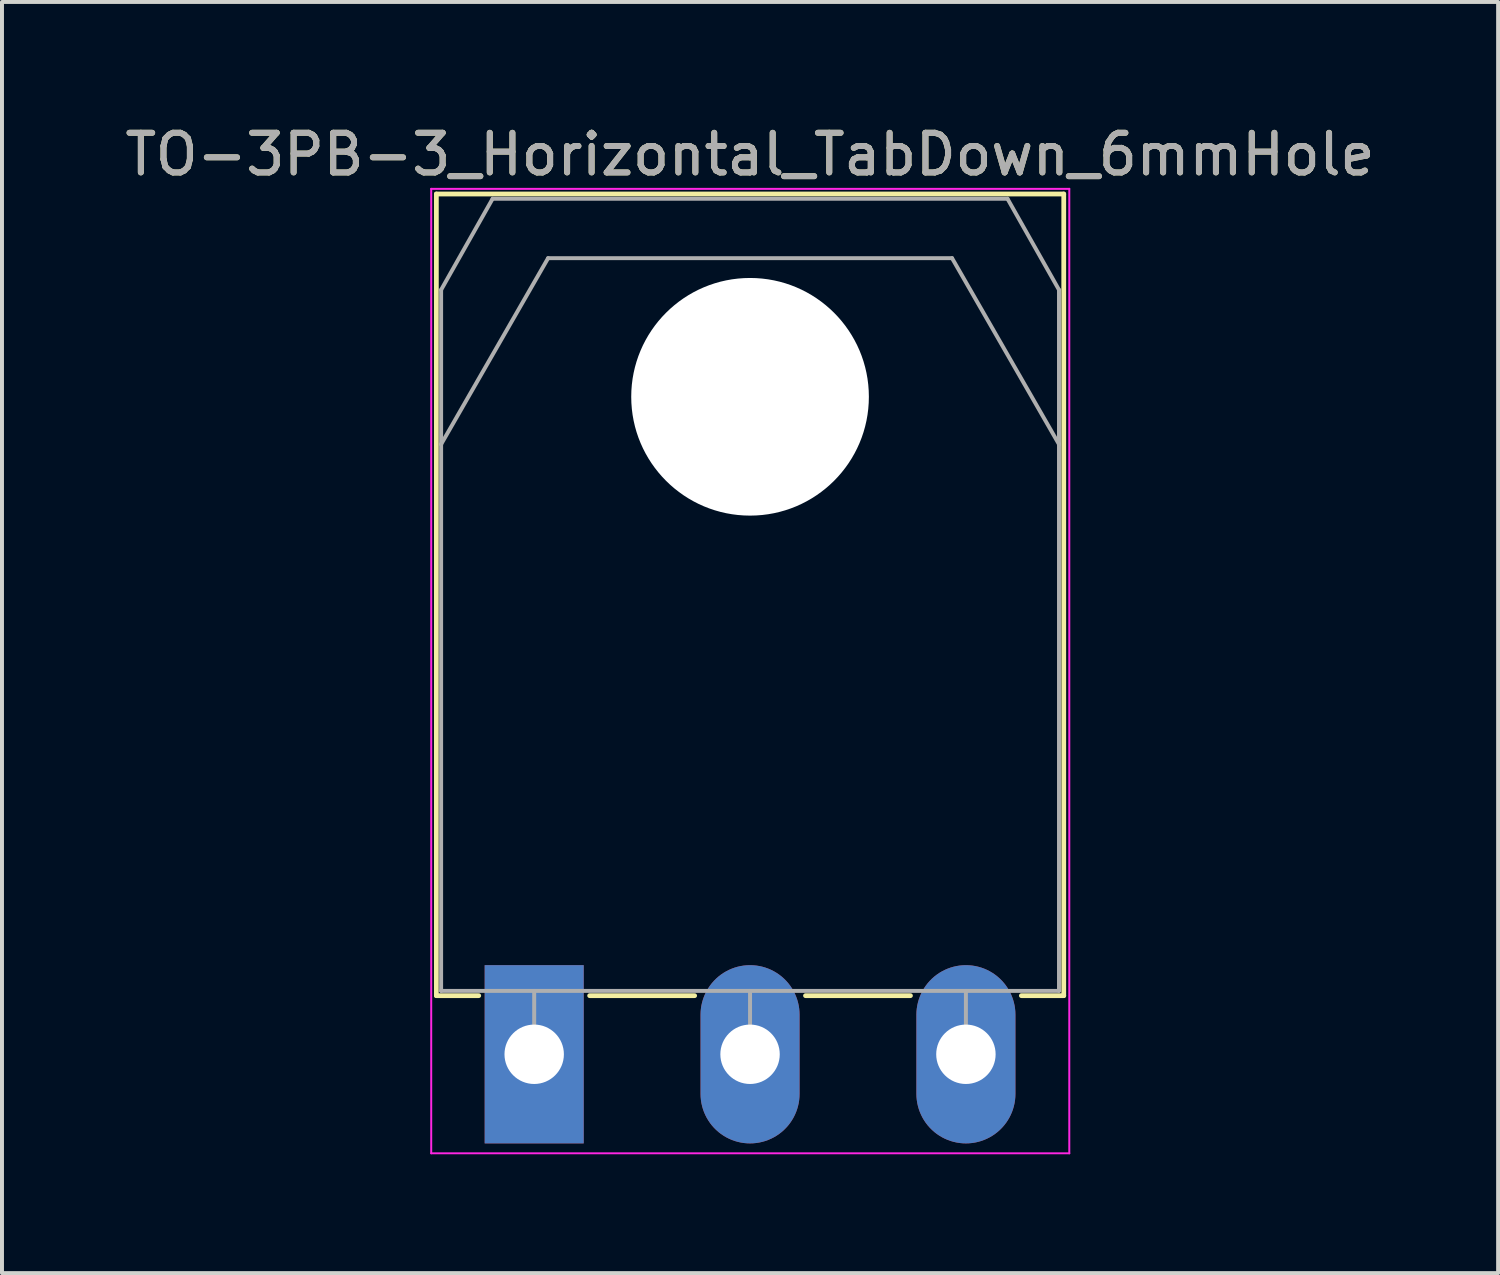
<source format=kicad_pcb>
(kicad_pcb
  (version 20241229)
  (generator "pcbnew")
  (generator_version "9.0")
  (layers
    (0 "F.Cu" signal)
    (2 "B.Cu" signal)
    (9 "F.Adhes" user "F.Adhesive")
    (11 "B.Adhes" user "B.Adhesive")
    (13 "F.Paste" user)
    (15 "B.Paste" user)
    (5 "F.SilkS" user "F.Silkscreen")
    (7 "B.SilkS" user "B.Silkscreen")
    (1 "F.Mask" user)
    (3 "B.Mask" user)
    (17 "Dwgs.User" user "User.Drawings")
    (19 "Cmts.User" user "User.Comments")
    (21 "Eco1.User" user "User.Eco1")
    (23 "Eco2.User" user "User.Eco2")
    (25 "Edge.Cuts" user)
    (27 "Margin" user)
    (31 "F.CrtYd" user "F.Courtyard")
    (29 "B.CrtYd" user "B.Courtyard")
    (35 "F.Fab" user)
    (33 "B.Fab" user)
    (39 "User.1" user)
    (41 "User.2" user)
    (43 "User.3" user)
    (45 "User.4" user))
  (footprint "TO-3PB-3_Horizontal_TabDown_6mmHole"
    (layer "F.Cu")
    (at 10.437 23.568)
    (property "Reference" "TO-3PB-3_Horizontal_TabDown_6mmHole" (at 5.45 -22.72 0) (layer "F.SilkS") (effects (font (size 1 1) (thickness 0.15))))
    (attr through_hole)
    (fp_line (start -2.47 -21.72) (end -2.47 -1.48) (stroke (width 0.12) (type solid)) (layer "F.SilkS"))
    (fp_line (start -2.47 -21.72) (end 13.37 -21.72) (stroke (width 0.12) (type solid)) (layer "F.SilkS"))
    (fp_line (start -2.47 -1.48) (end -1.4 -1.48) (stroke (width 0.12) (type solid)) (layer "F.SilkS"))
    (fp_line (start 1.4 -1.48) (end 4.051 -1.48) (stroke (width 0.12) (type solid)) (layer "F.SilkS"))
    (fp_line (start 6.85 -1.48) (end 9.5 -1.48) (stroke (width 0.12) (type solid)) (layer "F.SilkS"))
    (fp_line (start 12.3 -1.48) (end 13.37 -1.48) (stroke (width 0.12) (type solid)) (layer "F.SilkS"))
    (fp_line (start 13.37 -21.72) (end 13.37 -1.48) (stroke (width 0.12) (type solid)) (layer "F.SilkS"))
    (fp_line (start -2.6 -21.85) (end -2.6 2.5) (stroke (width 0.05) (type solid)) (layer "F.CrtYd"))
    (fp_line (start -2.6 2.5) (end 13.51 2.5) (stroke (width 0.05) (type solid)) (layer "F.CrtYd"))
    (fp_line (start 13.51 -21.85) (end -2.6 -21.85) (stroke (width 0.05) (type solid)) (layer "F.CrtYd"))
    (fp_line (start 13.51 2.5) (end 13.51 -21.85) (stroke (width 0.05) (type solid)) (layer "F.CrtYd"))
    (fp_line (start -2.35 -19.3) (end -1.05 -21.6) (stroke (width 0.1) (type solid)) (layer "F.Fab"))
    (fp_line (start -2.35 -15.401) (end -2.35 -19.3) (stroke (width 0.1) (type solid)) (layer "F.Fab"))
    (fp_line (start -2.35 -15.401) (end 0.351 -20.1) (stroke (width 0.1) (type solid)) (layer "F.Fab"))
    (fp_line (start -2.35 -1.6) (end -2.35 -15.401) (stroke (width 0.1) (type solid)) (layer "F.Fab"))
    (fp_line (start -1.05 -21.6) (end 11.95 -21.6) (stroke (width 0.1) (type solid)) (layer "F.Fab"))
    (fp_line (start 0 -1.6) (end 0 0) (stroke (width 0.1) (type solid)) (layer "F.Fab"))
    (fp_line (start 0.351 -20.1) (end 10.55 -20.1) (stroke (width 0.1) (type solid)) (layer "F.Fab"))
    (fp_line (start 5.45 -1.6) (end 5.45 0) (stroke (width 0.1) (type solid)) (layer "F.Fab"))
    (fp_line (start 10.55 -20.1) (end 13.25 -15.401) (stroke (width 0.1) (type solid)) (layer "F.Fab"))
    (fp_line (start 10.9 -1.6) (end 10.9 0) (stroke (width 0.1) (type solid)) (layer "F.Fab"))
    (fp_line (start 11.95 -21.6) (end 13.25 -19.3) (stroke (width 0.1) (type solid)) (layer "F.Fab"))
    (fp_line (start 13.25 -19.3) (end 13.25 -15.401) (stroke (width 0.1) (type solid)) (layer "F.Fab"))
    (fp_line (start 13.25 -15.401) (end 13.25 -1.6) (stroke (width 0.1) (type solid)) (layer "F.Fab"))
    (fp_line (start 13.25 -1.6) (end -2.35 -1.6) (stroke (width 0.1) (type solid)) (layer "F.Fab"))
    (fp_circle (center 5.45 -16.6) (end 7.05 -16.6) (stroke (width 0.1) (type solid)) (fill no) (layer "F.Fab"))
    (fp_text user "${REFERENCE}" (at 5.45 -22.72 0) (layer "F.Fab") (effects (font (size 1 1) (thickness 0.15))))
    (pad "" np_thru_hole circle (at 5.45 -16.6) (size 6 6) (drill 6) (layers "*.Cu" "*.Mask"))
    (pad "1" thru_hole rect (at 0 0) (size 2.5 4.5) (drill 1.5) (layers "*.Cu" "*.Mask"))
    (pad "2" thru_hole oval (at 5.45 0) (size 2.5 4.5) (drill 1.5) (layers "*.Cu" "*.Mask"))
    (pad "3" thru_hole oval (at 10.9 0) (size 2.5 4.5) (drill 1.5) (layers "*.Cu" "*.Mask")))
  (gr_rect
    (start -3 -3)
    (end 34.774 29.093)
    (stroke (width 0.1) (type default))
    (fill no)
    (layer "Edge.Cuts")))
</source>
